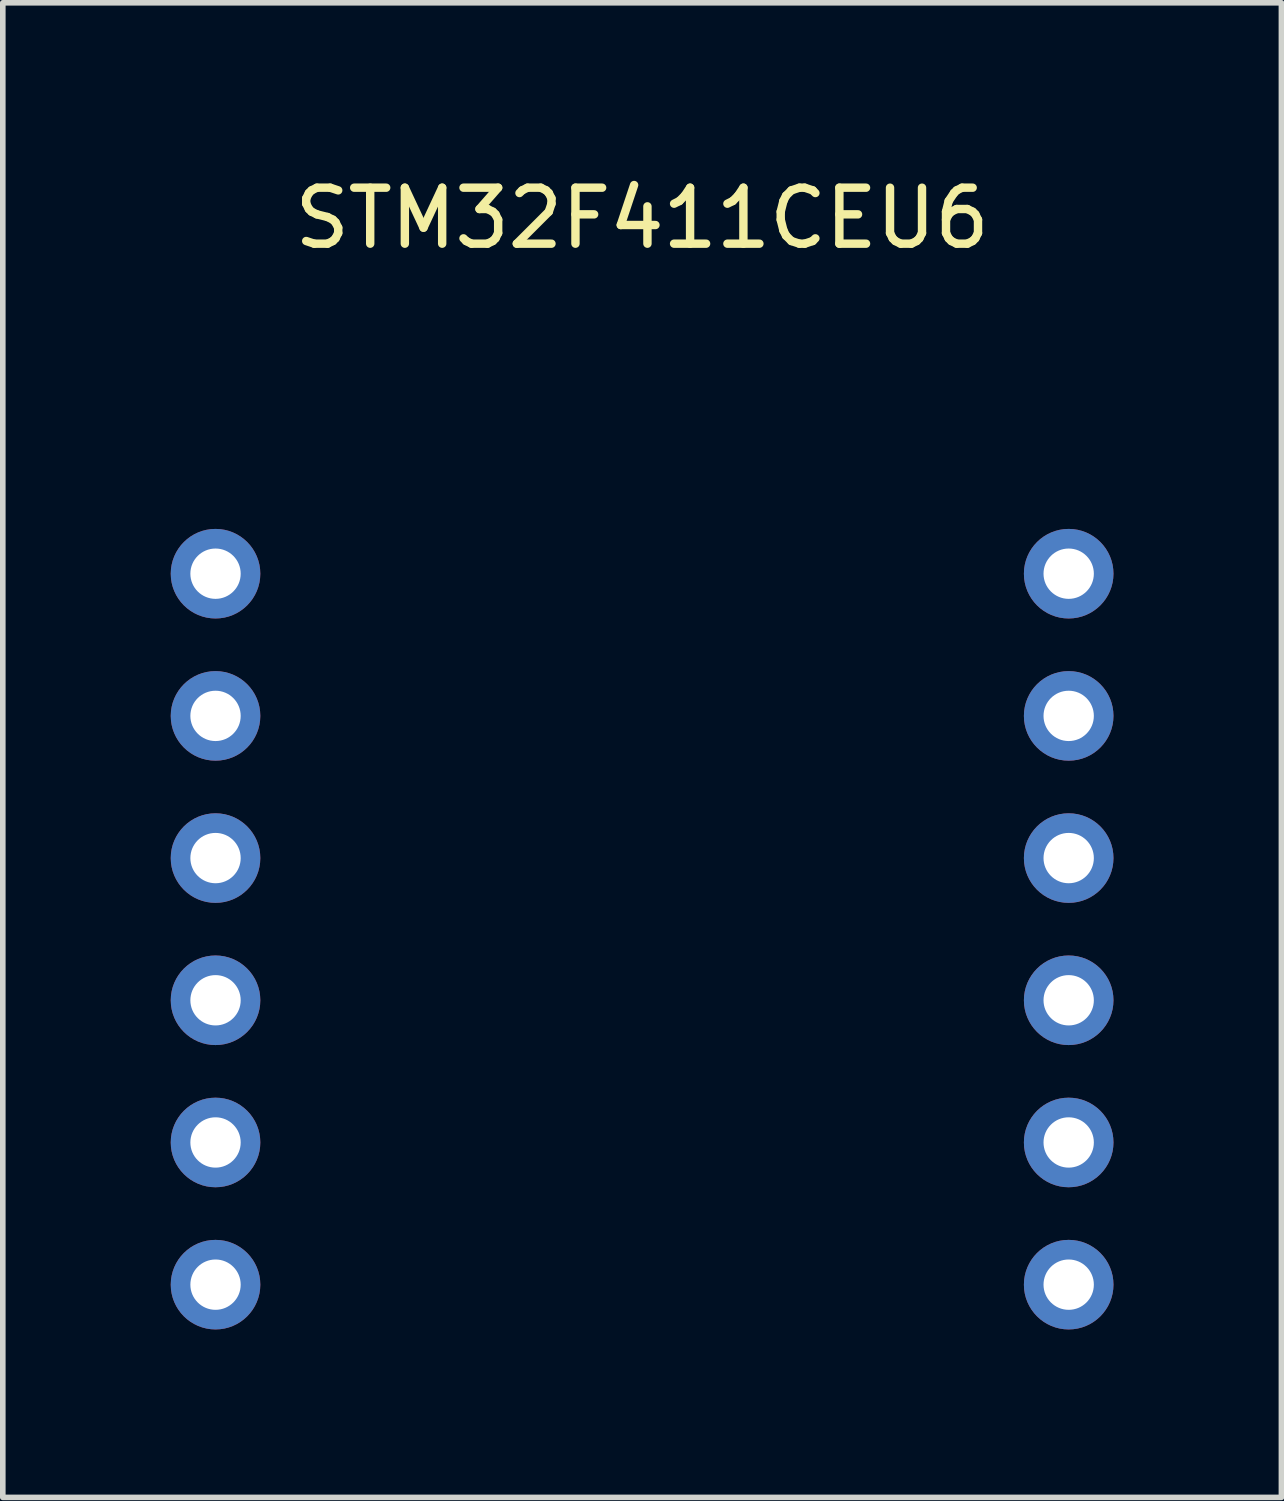
<source format=kicad_pcb>
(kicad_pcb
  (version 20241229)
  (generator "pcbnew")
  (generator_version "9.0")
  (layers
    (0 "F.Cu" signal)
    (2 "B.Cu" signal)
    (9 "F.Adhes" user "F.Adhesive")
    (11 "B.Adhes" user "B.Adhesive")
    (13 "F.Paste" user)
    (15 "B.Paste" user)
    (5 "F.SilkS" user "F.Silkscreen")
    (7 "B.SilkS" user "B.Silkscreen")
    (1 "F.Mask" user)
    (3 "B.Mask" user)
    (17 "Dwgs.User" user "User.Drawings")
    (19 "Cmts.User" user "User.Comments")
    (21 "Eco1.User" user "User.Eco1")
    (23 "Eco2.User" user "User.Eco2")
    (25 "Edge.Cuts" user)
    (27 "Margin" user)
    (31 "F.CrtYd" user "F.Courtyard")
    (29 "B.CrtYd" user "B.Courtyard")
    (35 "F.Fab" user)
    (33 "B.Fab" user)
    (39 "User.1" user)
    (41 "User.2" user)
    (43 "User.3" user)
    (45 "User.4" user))
  (footprint "STM32F411CEU6"
    (layer "F.Cu")
    (at 8.42 19.898)
    (property "Reference" "STM32F411CEU6" (at 0 -19.05 0) (layer "F.SilkS") (effects (font (size 1 1) (thickness 0.15))))
    (attr through_hole)
    (pad "1" thru_hole circle (at -7.62 -12.7) (size 1.6 1.6) (drill 0.899) (layers "*.Cu" "*.Mask"))
    (pad "2" thru_hole circle (at -7.62 -10.16) (size 1.6 1.6) (drill 0.899) (layers "*.Cu" "*.Mask"))
    (pad "3" thru_hole circle (at -7.62 -7.62) (size 1.6 1.6) (drill 0.899) (layers "*.Cu" "*.Mask"))
    (pad "4" thru_hole circle (at -7.62 -5.08) (size 1.6 1.6) (drill 0.899) (layers "*.Cu" "*.Mask"))
    (pad "5" thru_hole circle (at -7.62 -2.54) (size 1.6 1.6) (drill 0.899) (layers "*.Cu" "*.Mask"))
    (pad "5" thru_hole circle (at 7.62 -7.62) (size 1.6 1.6) (drill 0.899) (layers "*.Cu" "*.Mask"))
    (pad "5" thru_hole circle (at 7.62 -5.08) (size 1.6 1.6) (drill 0.899) (layers "*.Cu" "*.Mask"))
    (pad "5" thru_hole circle (at 7.62 -2.54) (size 1.6 1.6) (drill 0.899) (layers "*.Cu" "*.Mask"))
    (pad "5" thru_hole circle (at 7.62 0) (size 1.6 1.6) (drill 0.899) (layers "*.Cu" "*.Mask"))
    (pad "6" thru_hole circle (at -7.62 0) (size 1.6 1.6) (drill 0.899) (layers "*.Cu" "*.Mask"))
    (pad "39" thru_hole circle (at 7.62 -10.16) (size 1.6 1.6) (drill 0.899) (layers "*.Cu" "*.Mask"))
    (pad "40" thru_hole circle (at 7.62 -12.7) (size 1.6 1.6) (drill 0.899) (layers "*.Cu" "*.Mask")))
  (gr_rect
    (start -3 -3)
    (end 19.84 23.698)
    (stroke (width 0.1) (type default))
    (fill no)
    (layer "Edge.Cuts")))
</source>
